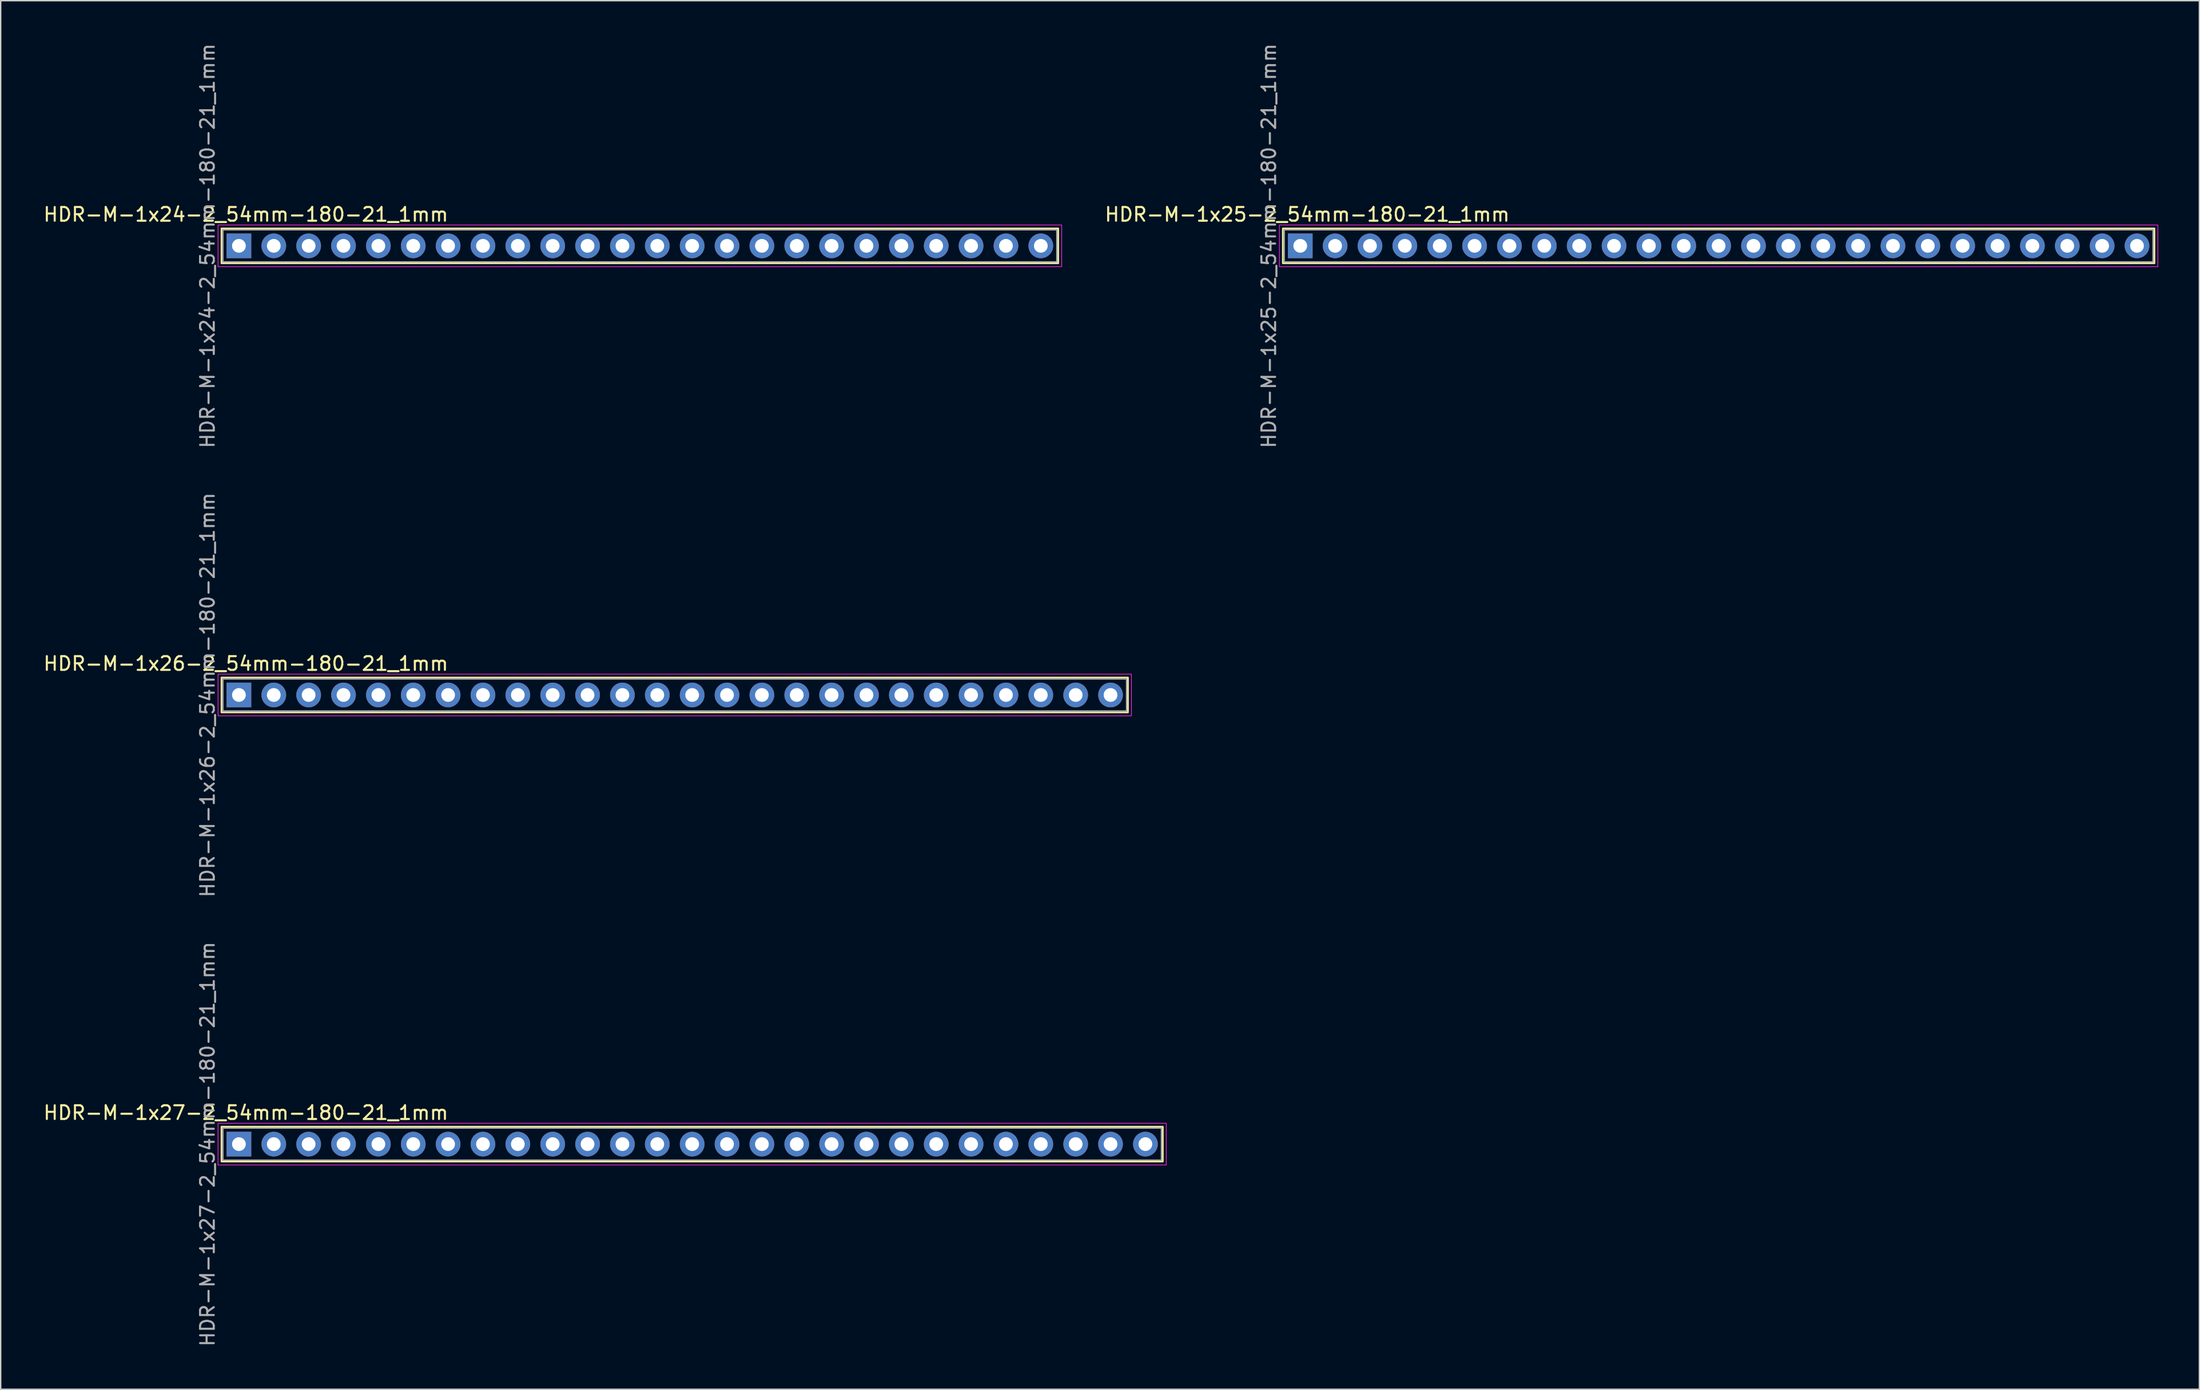
<source format=kicad_pcb>
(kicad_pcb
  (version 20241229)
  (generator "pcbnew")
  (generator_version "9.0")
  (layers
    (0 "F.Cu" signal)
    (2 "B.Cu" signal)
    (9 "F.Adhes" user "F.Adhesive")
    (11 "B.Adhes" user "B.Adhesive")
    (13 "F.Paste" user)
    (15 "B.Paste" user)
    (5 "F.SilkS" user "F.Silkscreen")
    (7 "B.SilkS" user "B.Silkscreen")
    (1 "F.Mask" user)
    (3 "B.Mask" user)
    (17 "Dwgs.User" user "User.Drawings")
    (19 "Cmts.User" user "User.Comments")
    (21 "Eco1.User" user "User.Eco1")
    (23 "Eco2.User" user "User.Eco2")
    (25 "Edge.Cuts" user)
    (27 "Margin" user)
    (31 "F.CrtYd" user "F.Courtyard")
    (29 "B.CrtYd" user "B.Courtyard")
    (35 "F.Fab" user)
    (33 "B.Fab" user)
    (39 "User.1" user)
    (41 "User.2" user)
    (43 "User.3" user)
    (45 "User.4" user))
  (footprint "HDR-M-1x24-2_54mm-180-21_1mm"
    (layer "F.Cu")
    (at 14.355 14.863)
    (property "Reference" "HDR-M-1x24-2_54mm-180-21_1mm" (at 0.508 -2.286 0) (unlocked yes) (layer "F.SilkS") (effects (font (size 1 1) (thickness 0.15))))
    (attr through_hole)
    (fp_rect (start -1.27 -1.27) (end 59.69 1.27) (stroke (width 0.12) (type solid)) (fill no) (layer "F.SilkS"))
    (fp_rect (start -1.52 -1.52) (end 59.94 1.52) (stroke (width 0.05) (type solid)) (fill no) (layer "F.CrtYd"))
    (fp_rect (start -1.17 -1.17) (end 59.59 1.17) (stroke (width 0.1) (type solid)) (fill no) (layer "F.Fab"))
    (fp_text user "${REFERENCE}" (at -2.286 0 90) (unlocked yes) (layer "F.Fab") (effects (font (size 1 1) (thickness 0.15))))
    (pad "1" thru_hole rect (at 0 0) (size 1.8 1.8) (drill 1) (layers "*.Cu" "*.Mask"))
    (pad "2" thru_hole circle (at 2.54 0) (size 1.8 1.8) (drill 1) (layers "*.Cu" "*.Mask"))
    (pad "3" thru_hole circle (at 5.08 0) (size 1.8 1.8) (drill 1) (layers "*.Cu" "*.Mask"))
    (pad "4" thru_hole circle (at 7.62 0) (size 1.8 1.8) (drill 1) (layers "*.Cu" "*.Mask"))
    (pad "5" thru_hole circle (at 10.16 0) (size 1.8 1.8) (drill 1) (layers "*.Cu" "*.Mask"))
    (pad "6" thru_hole circle (at 12.7 0) (size 1.8 1.8) (drill 1) (layers "*.Cu" "*.Mask"))
    (pad "7" thru_hole circle (at 15.24 0) (size 1.8 1.8) (drill 1) (layers "*.Cu" "*.Mask"))
    (pad "8" thru_hole circle (at 17.78 0) (size 1.8 1.8) (drill 1) (layers "*.Cu" "*.Mask"))
    (pad "9" thru_hole circle (at 20.32 0) (size 1.8 1.8) (drill 1) (layers "*.Cu" "*.Mask"))
    (pad "10" thru_hole circle (at 22.86 0) (size 1.8 1.8) (drill 1) (layers "*.Cu" "*.Mask"))
    (pad "11" thru_hole circle (at 25.4 0) (size 1.8 1.8) (drill 1) (layers "*.Cu" "*.Mask"))
    (pad "12" thru_hole circle (at 27.94 0) (size 1.8 1.8) (drill 1) (layers "*.Cu" "*.Mask"))
    (pad "13" thru_hole circle (at 30.48 0) (size 1.8 1.8) (drill 1) (layers "*.Cu" "*.Mask"))
    (pad "14" thru_hole circle (at 33.02 0) (size 1.8 1.8) (drill 1) (layers "*.Cu" "*.Mask"))
    (pad "15" thru_hole circle (at 35.56 0) (size 1.8 1.8) (drill 1) (layers "*.Cu" "*.Mask"))
    (pad "16" thru_hole circle (at 38.1 0) (size 1.8 1.8) (drill 1) (layers "*.Cu" "*.Mask"))
    (pad "17" thru_hole circle (at 40.64 0) (size 1.8 1.8) (drill 1) (layers "*.Cu" "*.Mask"))
    (pad "18" thru_hole circle (at 43.18 0) (size 1.8 1.8) (drill 1) (layers "*.Cu" "*.Mask"))
    (pad "19" thru_hole circle (at 45.72 0) (size 1.8 1.8) (drill 1) (layers "*.Cu" "*.Mask"))
    (pad "20" thru_hole circle (at 48.26 0) (size 1.8 1.8) (drill 1) (layers "*.Cu" "*.Mask"))
    (pad "21" thru_hole circle (at 50.8 0) (size 1.8 1.8) (drill 1) (layers "*.Cu" "*.Mask"))
    (pad "22" thru_hole circle (at 53.34 0) (size 1.8 1.8) (drill 1) (layers "*.Cu" "*.Mask"))
    (pad "23" thru_hole circle (at 55.88 0) (size 1.8 1.8) (drill 1) (layers "*.Cu" "*.Mask"))
    (pad "24" thru_hole circle (at 58.42 0) (size 1.8 1.8) (drill 1) (layers "*.Cu" "*.Mask")))
  (footprint "HDR-M-1x25-2_54mm-180-21_1mm"
    (layer "F.Cu")
    (at 91.675 14.863)
    (property "Reference" "HDR-M-1x25-2_54mm-180-21_1mm" (at 0.508 -2.286 0) (unlocked yes) (layer "F.SilkS") (effects (font (size 1 1) (thickness 0.15))))
    (attr through_hole)
    (fp_rect (start -1.27 -1.27) (end 62.23 1.27) (stroke (width 0.12) (type solid)) (fill no) (layer "F.SilkS"))
    (fp_rect (start -1.52 -1.52) (end 62.48 1.52) (stroke (width 0.05) (type solid)) (fill no) (layer "F.CrtYd"))
    (fp_rect (start -1.17 -1.17) (end 62.13 1.17) (stroke (width 0.1) (type solid)) (fill no) (layer "F.Fab"))
    (fp_text user "${REFERENCE}" (at -2.286 0 90) (unlocked yes) (layer "F.Fab") (effects (font (size 1 1) (thickness 0.15))))
    (pad "1" thru_hole rect (at 0 0) (size 1.8 1.8) (drill 1) (layers "*.Cu" "*.Mask"))
    (pad "2" thru_hole circle (at 2.54 0) (size 1.8 1.8) (drill 1) (layers "*.Cu" "*.Mask"))
    (pad "3" thru_hole circle (at 5.08 0) (size 1.8 1.8) (drill 1) (layers "*.Cu" "*.Mask"))
    (pad "4" thru_hole circle (at 7.62 0) (size 1.8 1.8) (drill 1) (layers "*.Cu" "*.Mask"))
    (pad "5" thru_hole circle (at 10.16 0) (size 1.8 1.8) (drill 1) (layers "*.Cu" "*.Mask"))
    (pad "6" thru_hole circle (at 12.7 0) (size 1.8 1.8) (drill 1) (layers "*.Cu" "*.Mask"))
    (pad "7" thru_hole circle (at 15.24 0) (size 1.8 1.8) (drill 1) (layers "*.Cu" "*.Mask"))
    (pad "8" thru_hole circle (at 17.78 0) (size 1.8 1.8) (drill 1) (layers "*.Cu" "*.Mask"))
    (pad "9" thru_hole circle (at 20.32 0) (size 1.8 1.8) (drill 1) (layers "*.Cu" "*.Mask"))
    (pad "10" thru_hole circle (at 22.86 0) (size 1.8 1.8) (drill 1) (layers "*.Cu" "*.Mask"))
    (pad "11" thru_hole circle (at 25.4 0) (size 1.8 1.8) (drill 1) (layers "*.Cu" "*.Mask"))
    (pad "12" thru_hole circle (at 27.94 0) (size 1.8 1.8) (drill 1) (layers "*.Cu" "*.Mask"))
    (pad "13" thru_hole circle (at 30.48 0) (size 1.8 1.8) (drill 1) (layers "*.Cu" "*.Mask"))
    (pad "14" thru_hole circle (at 33.02 0) (size 1.8 1.8) (drill 1) (layers "*.Cu" "*.Mask"))
    (pad "15" thru_hole circle (at 35.56 0) (size 1.8 1.8) (drill 1) (layers "*.Cu" "*.Mask"))
    (pad "16" thru_hole circle (at 38.1 0) (size 1.8 1.8) (drill 1) (layers "*.Cu" "*.Mask"))
    (pad "17" thru_hole circle (at 40.64 0) (size 1.8 1.8) (drill 1) (layers "*.Cu" "*.Mask"))
    (pad "18" thru_hole circle (at 43.18 0) (size 1.8 1.8) (drill 1) (layers "*.Cu" "*.Mask"))
    (pad "19" thru_hole circle (at 45.72 0) (size 1.8 1.8) (drill 1) (layers "*.Cu" "*.Mask"))
    (pad "20" thru_hole circle (at 48.26 0) (size 1.8 1.8) (drill 1) (layers "*.Cu" "*.Mask"))
    (pad "21" thru_hole circle (at 50.8 0) (size 1.8 1.8) (drill 1) (layers "*.Cu" "*.Mask"))
    (pad "22" thru_hole circle (at 53.34 0) (size 1.8 1.8) (drill 1) (layers "*.Cu" "*.Mask"))
    (pad "23" thru_hole circle (at 55.88 0) (size 1.8 1.8) (drill 1) (layers "*.Cu" "*.Mask"))
    (pad "24" thru_hole circle (at 58.42 0) (size 1.8 1.8) (drill 1) (layers "*.Cu" "*.Mask"))
    (pad "25" thru_hole circle (at 60.96 0) (size 1.8 1.8) (drill 1) (layers "*.Cu" "*.Mask")))
  (footprint "HDR-M-1x27-2_54mm-180-21_1mm"
    (layer "F.Cu")
    (at 14.355 80.315)
    (property "Reference" "HDR-M-1x27-2_54mm-180-21_1mm" (at 0.508 -2.286 0) (unlocked yes) (layer "F.SilkS") (effects (font (size 1 1) (thickness 0.15))))
    (attr through_hole)
    (fp_rect (start -1.27 -1.27) (end 67.31 1.27) (stroke (width 0.12) (type solid)) (fill no) (layer "F.SilkS"))
    (fp_rect (start -1.52 -1.52) (end 67.56 1.52) (stroke (width 0.05) (type solid)) (fill no) (layer "F.CrtYd"))
    (fp_rect (start -1.17 -1.17) (end 67.21 1.17) (stroke (width 0.1) (type solid)) (fill no) (layer "F.Fab"))
    (fp_text user "${REFERENCE}" (at -2.286 0 90) (unlocked yes) (layer "F.Fab") (effects (font (size 1 1) (thickness 0.15))))
    (pad "1" thru_hole rect (at 0 0) (size 1.8 1.8) (drill 1) (layers "*.Cu" "*.Mask"))
    (pad "2" thru_hole circle (at 2.54 0) (size 1.8 1.8) (drill 1) (layers "*.Cu" "*.Mask"))
    (pad "3" thru_hole circle (at 5.08 0) (size 1.8 1.8) (drill 1) (layers "*.Cu" "*.Mask"))
    (pad "4" thru_hole circle (at 7.62 0) (size 1.8 1.8) (drill 1) (layers "*.Cu" "*.Mask"))
    (pad "5" thru_hole circle (at 10.16 0) (size 1.8 1.8) (drill 1) (layers "*.Cu" "*.Mask"))
    (pad "6" thru_hole circle (at 12.7 0) (size 1.8 1.8) (drill 1) (layers "*.Cu" "*.Mask"))
    (pad "7" thru_hole circle (at 15.24 0) (size 1.8 1.8) (drill 1) (layers "*.Cu" "*.Mask"))
    (pad "8" thru_hole circle (at 17.78 0) (size 1.8 1.8) (drill 1) (layers "*.Cu" "*.Mask"))
    (pad "9" thru_hole circle (at 20.32 0) (size 1.8 1.8) (drill 1) (layers "*.Cu" "*.Mask"))
    (pad "10" thru_hole circle (at 22.86 0) (size 1.8 1.8) (drill 1) (layers "*.Cu" "*.Mask"))
    (pad "11" thru_hole circle (at 25.4 0) (size 1.8 1.8) (drill 1) (layers "*.Cu" "*.Mask"))
    (pad "12" thru_hole circle (at 27.94 0) (size 1.8 1.8) (drill 1) (layers "*.Cu" "*.Mask"))
    (pad "13" thru_hole circle (at 30.48 0) (size 1.8 1.8) (drill 1) (layers "*.Cu" "*.Mask"))
    (pad "14" thru_hole circle (at 33.02 0) (size 1.8 1.8) (drill 1) (layers "*.Cu" "*.Mask"))
    (pad "15" thru_hole circle (at 35.56 0) (size 1.8 1.8) (drill 1) (layers "*.Cu" "*.Mask"))
    (pad "16" thru_hole circle (at 38.1 0) (size 1.8 1.8) (drill 1) (layers "*.Cu" "*.Mask"))
    (pad "17" thru_hole circle (at 40.64 0) (size 1.8 1.8) (drill 1) (layers "*.Cu" "*.Mask"))
    (pad "18" thru_hole circle (at 43.18 0) (size 1.8 1.8) (drill 1) (layers "*.Cu" "*.Mask"))
    (pad "19" thru_hole circle (at 45.72 0) (size 1.8 1.8) (drill 1) (layers "*.Cu" "*.Mask"))
    (pad "20" thru_hole circle (at 48.26 0) (size 1.8 1.8) (drill 1) (layers "*.Cu" "*.Mask"))
    (pad "21" thru_hole circle (at 50.8 0) (size 1.8 1.8) (drill 1) (layers "*.Cu" "*.Mask"))
    (pad "22" thru_hole circle (at 53.34 0) (size 1.8 1.8) (drill 1) (layers "*.Cu" "*.Mask"))
    (pad "23" thru_hole circle (at 55.88 0) (size 1.8 1.8) (drill 1) (layers "*.Cu" "*.Mask"))
    (pad "24" thru_hole circle (at 58.42 0) (size 1.8 1.8) (drill 1) (layers "*.Cu" "*.Mask"))
    (pad "25" thru_hole circle (at 60.96 0) (size 1.8 1.8) (drill 1) (layers "*.Cu" "*.Mask"))
    (pad "26" thru_hole circle (at 63.5 0) (size 1.8 1.8) (drill 1) (layers "*.Cu" "*.Mask"))
    (pad "27" thru_hole circle (at 66.04 0) (size 1.8 1.8) (drill 1) (layers "*.Cu" "*.Mask")))
  (footprint "HDR-M-1x26-2_54mm-180-21_1mm"
    (layer "F.Cu")
    (at 14.355 47.589)
    (property "Reference" "HDR-M-1x26-2_54mm-180-21_1mm" (at 0.508 -2.286 0) (unlocked yes) (layer "F.SilkS") (effects (font (size 1 1) (thickness 0.15))))
    (attr through_hole)
    (fp_rect (start -1.27 -1.27) (end 64.77 1.27) (stroke (width 0.12) (type solid)) (fill no) (layer "F.SilkS"))
    (fp_rect (start -1.52 -1.52) (end 65.02 1.52) (stroke (width 0.05) (type solid)) (fill no) (layer "F.CrtYd"))
    (fp_rect (start -1.17 -1.17) (end 64.67 1.17) (stroke (width 0.1) (type solid)) (fill no) (layer "F.Fab"))
    (fp_text user "${REFERENCE}" (at -2.286 0 90) (unlocked yes) (layer "F.Fab") (effects (font (size 1 1) (thickness 0.15))))
    (pad "1" thru_hole rect (at 0 0) (size 1.8 1.8) (drill 1) (layers "*.Cu" "*.Mask"))
    (pad "2" thru_hole circle (at 2.54 0) (size 1.8 1.8) (drill 1) (layers "*.Cu" "*.Mask"))
    (pad "3" thru_hole circle (at 5.08 0) (size 1.8 1.8) (drill 1) (layers "*.Cu" "*.Mask"))
    (pad "4" thru_hole circle (at 7.62 0) (size 1.8 1.8) (drill 1) (layers "*.Cu" "*.Mask"))
    (pad "5" thru_hole circle (at 10.16 0) (size 1.8 1.8) (drill 1) (layers "*.Cu" "*.Mask"))
    (pad "6" thru_hole circle (at 12.7 0) (size 1.8 1.8) (drill 1) (layers "*.Cu" "*.Mask"))
    (pad "7" thru_hole circle (at 15.24 0) (size 1.8 1.8) (drill 1) (layers "*.Cu" "*.Mask"))
    (pad "8" thru_hole circle (at 17.78 0) (size 1.8 1.8) (drill 1) (layers "*.Cu" "*.Mask"))
    (pad "9" thru_hole circle (at 20.32 0) (size 1.8 1.8) (drill 1) (layers "*.Cu" "*.Mask"))
    (pad "10" thru_hole circle (at 22.86 0) (size 1.8 1.8) (drill 1) (layers "*.Cu" "*.Mask"))
    (pad "11" thru_hole circle (at 25.4 0) (size 1.8 1.8) (drill 1) (layers "*.Cu" "*.Mask"))
    (pad "12" thru_hole circle (at 27.94 0) (size 1.8 1.8) (drill 1) (layers "*.Cu" "*.Mask"))
    (pad "13" thru_hole circle (at 30.48 0) (size 1.8 1.8) (drill 1) (layers "*.Cu" "*.Mask"))
    (pad "14" thru_hole circle (at 33.02 0) (size 1.8 1.8) (drill 1) (layers "*.Cu" "*.Mask"))
    (pad "15" thru_hole circle (at 35.56 0) (size 1.8 1.8) (drill 1) (layers "*.Cu" "*.Mask"))
    (pad "16" thru_hole circle (at 38.1 0) (size 1.8 1.8) (drill 1) (layers "*.Cu" "*.Mask"))
    (pad "17" thru_hole circle (at 40.64 0) (size 1.8 1.8) (drill 1) (layers "*.Cu" "*.Mask"))
    (pad "18" thru_hole circle (at 43.18 0) (size 1.8 1.8) (drill 1) (layers "*.Cu" "*.Mask"))
    (pad "19" thru_hole circle (at 45.72 0) (size 1.8 1.8) (drill 1) (layers "*.Cu" "*.Mask"))
    (pad "20" thru_hole circle (at 48.26 0) (size 1.8 1.8) (drill 1) (layers "*.Cu" "*.Mask"))
    (pad "21" thru_hole circle (at 50.8 0) (size 1.8 1.8) (drill 1) (layers "*.Cu" "*.Mask"))
    (pad "22" thru_hole circle (at 53.34 0) (size 1.8 1.8) (drill 1) (layers "*.Cu" "*.Mask"))
    (pad "23" thru_hole circle (at 55.88 0) (size 1.8 1.8) (drill 1) (layers "*.Cu" "*.Mask"))
    (pad "24" thru_hole circle (at 58.42 0) (size 1.8 1.8) (drill 1) (layers "*.Cu" "*.Mask"))
    (pad "25" thru_hole circle (at 60.96 0) (size 1.8 1.8) (drill 1) (layers "*.Cu" "*.Mask"))
    (pad "26" thru_hole circle (at 63.5 0) (size 1.8 1.8) (drill 1) (layers "*.Cu" "*.Mask")))
  (gr_rect
    (start -3 -3)
    (end 157.18 98.179)
    (stroke (width 0.1) (type default))
    (fill no)
    (layer "Edge.Cuts")))
</source>
